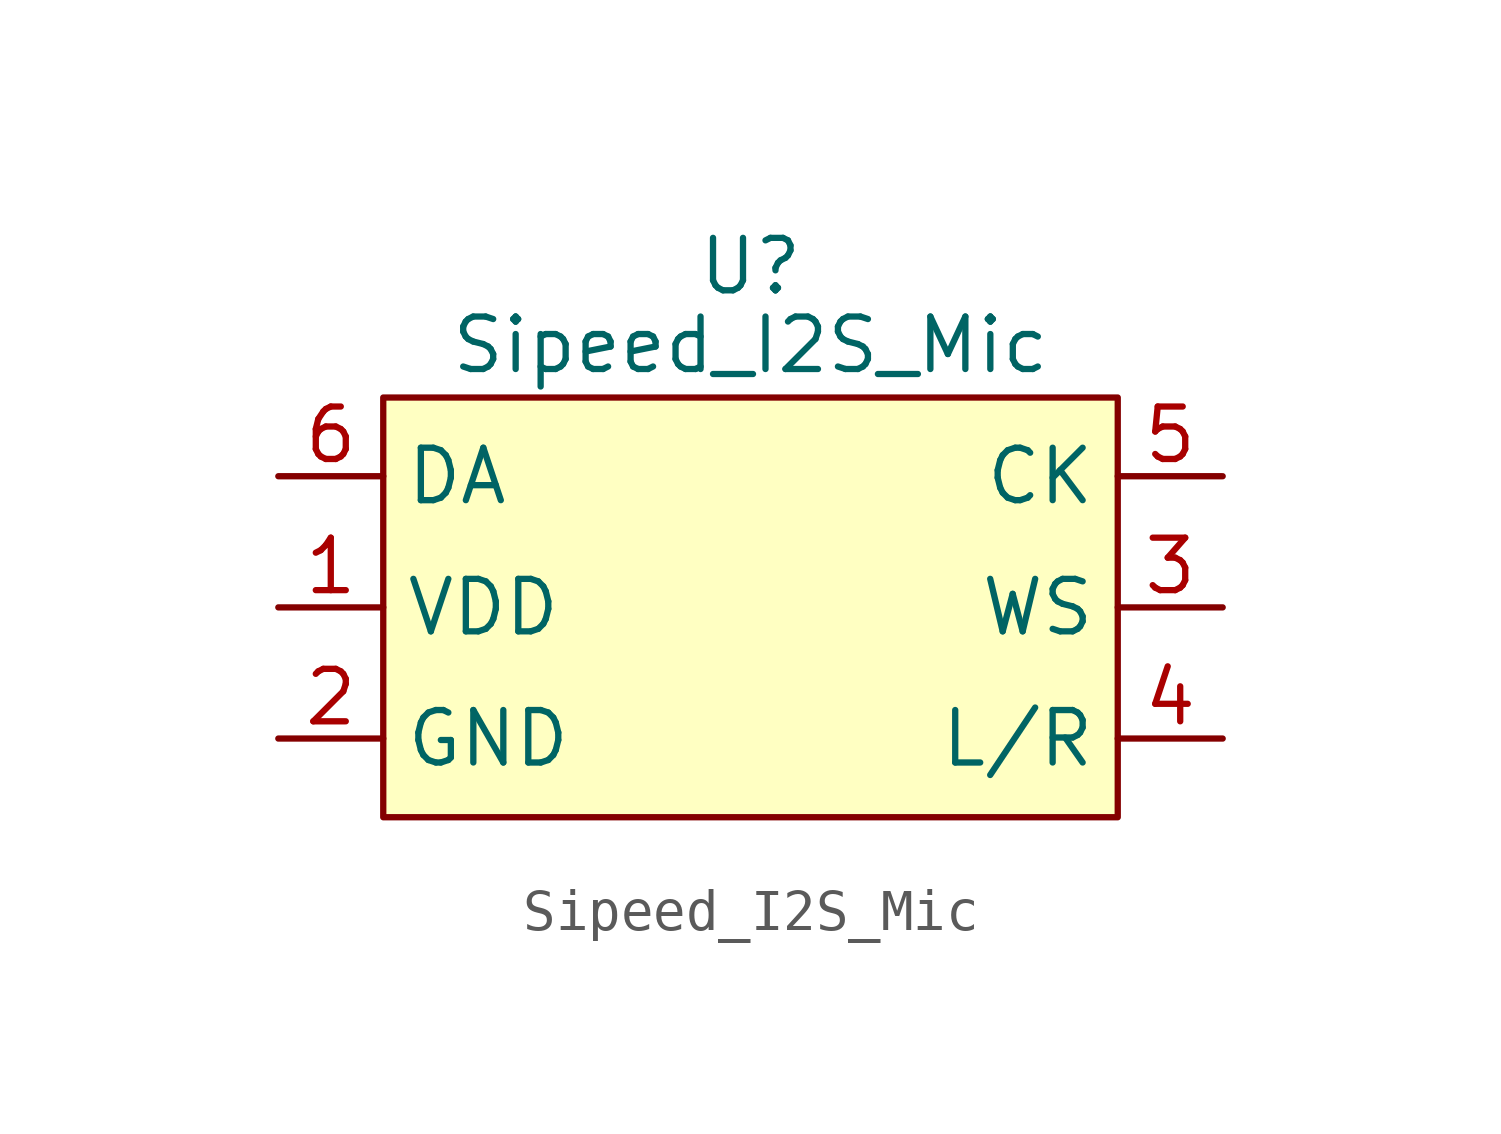
<source format=kicad_sym>
(kicad_symbol_lib
  (version 20220914)
  (generator kicad_symbol_editor)
  (symbol "Sipeed_I2S_Mic"
    (property "Reference" "U"
      (at 0 8.255 0)
      (effects (font (size 1.27 1.27))))
    (property "Value" "Sipeed_I2S_Mic"
      (at 0 6.35 0)
      (effects (font (size 1.27 1.27))))
    (symbol "Sipeed_I2S_Mic_1_1"
      (rectangle (start -8.89 5.08) (end 8.89 -5.08) (stroke (width 0) (type default)) (fill (type background)))
      (pin power_in line (at -11.43 0 0) (length 2.54) (name "VDD" (effects (font (size 1.27 1.27)))) (number "1" (effects (font (size 1.27 1.27)))))
      (pin power_in line (at -11.43 -3.175 0) (length 2.54) (name "GND" (effects (font (size 1.27 1.27)))) (number "2" (effects (font (size 1.27 1.27)))))
      (pin input line (at 11.43 0 180) (length 2.54) (name "WS" (effects (font (size 1.27 1.27)))) (number "3" (effects (font (size 1.27 1.27)))))
      (pin input line (at 11.43 -3.175 180) (length 2.54) (name "L/R" (effects (font (size 1.27 1.27)))) (number "4" (effects (font (size 1.27 1.27)))))
      (pin input line (at 11.43 3.175 180) (length 2.54) (name "CK" (effects (font (size 1.27 1.27)))) (number "5" (effects (font (size 1.27 1.27)))))
      (pin output line (at -11.43 3.175 0) (length 2.54) (name "DA" (effects (font (size 1.27 1.27)))) (number "6" (effects (font (size 1.27 1.27))))))))
</source>
